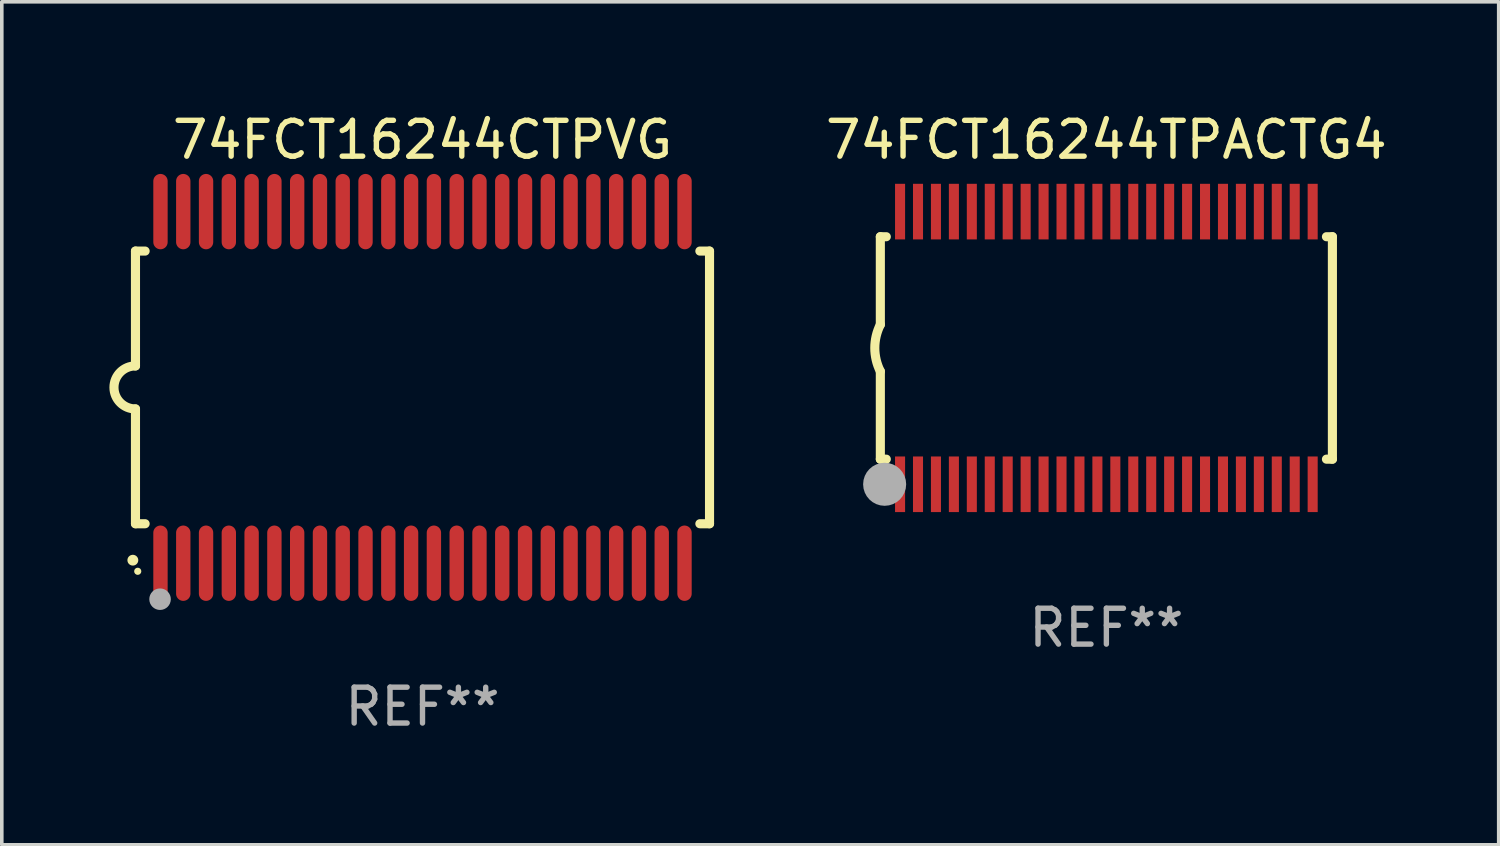
<source format=kicad_pcb>
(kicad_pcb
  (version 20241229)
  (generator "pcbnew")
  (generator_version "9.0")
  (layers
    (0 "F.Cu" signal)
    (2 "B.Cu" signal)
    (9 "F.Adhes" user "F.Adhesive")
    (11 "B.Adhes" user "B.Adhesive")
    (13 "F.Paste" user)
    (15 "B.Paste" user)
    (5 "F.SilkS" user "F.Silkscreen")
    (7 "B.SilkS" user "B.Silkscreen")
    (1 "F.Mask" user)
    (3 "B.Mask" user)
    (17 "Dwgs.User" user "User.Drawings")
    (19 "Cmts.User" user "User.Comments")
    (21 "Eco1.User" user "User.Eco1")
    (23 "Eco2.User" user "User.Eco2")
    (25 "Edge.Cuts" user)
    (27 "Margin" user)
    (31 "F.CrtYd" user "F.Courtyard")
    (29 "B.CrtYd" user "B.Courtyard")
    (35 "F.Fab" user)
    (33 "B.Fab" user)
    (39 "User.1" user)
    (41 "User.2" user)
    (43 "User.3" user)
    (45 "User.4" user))
  (footprint "74FCT16244CTPVG"
    (layer "F.Cu")
    (at 8.726 7.748)
    (property "Reference" "74FCT16244CTPVG" (at 0 -6.9 0) (layer "F.SilkS") (effects (font (size 1 1) (thickness 0.15))))
    (attr through_hole)
    (fp_line (start -8 -3.8) (end -8 -0.599) (stroke (width 0.254) (type solid)) (layer "F.SilkS"))
    (fp_line (start -8 -3.8) (end -7.731 -3.8) (stroke (width 0.254) (type solid)) (layer "F.SilkS"))
    (fp_line (start -8 3.8) (end -8 0.599) (stroke (width 0.254) (type solid)) (layer "F.SilkS"))
    (fp_line (start -7.731 3.8) (end -8 3.8) (stroke (width 0.254) (type solid)) (layer "F.SilkS"))
    (fp_line (start 7.731 -3.8) (end 8 -3.8) (stroke (width 0.254) (type solid)) (layer "F.SilkS"))
    (fp_line (start 8 -3.8) (end 8 3.8) (stroke (width 0.254) (type solid)) (layer "F.SilkS"))
    (fp_line (start 8 3.8) (end 7.731 3.8) (stroke (width 0.254) (type solid)) (layer "F.SilkS"))
    (fp_arc (start -8.074676 4.81585) (mid -8.073406 4.815845) (end -8.072136 4.81585) (stroke (width 0.3) (type solid)) (layer "F.SilkS"))
    (fp_arc (start -8.000025 0.6) (mid -8.598908 0.00056) (end -8.000027 -0.598882) (stroke (width 0.254001) (type solid)) (layer "F.SilkS"))
    (fp_circle (center -7.937 5.125) (end -7.887 5.125) (stroke (width 0.1) (type solid)) (fill no) (layer "F.SilkS"))
    (fp_circle (center -7.315 5.903) (end -7.165 5.903) (stroke (width 0.3) (type solid)) (fill no) (layer "F.Fab"))
    (fp_text user "REF**" (at 0 8.9 0) (layer "F.Fab") (effects (font (size 1 1) (thickness 0.15))))
    (pad "1" smd oval (at -7.303 4.9) (size 0.4 2.1) (layers "F.Cu" "F.Mask" "F.Paste"))
    (pad "2" smd oval (at -6.668 4.9) (size 0.4 2.1) (layers "F.Cu" "F.Mask" "F.Paste"))
    (pad "3" smd oval (at -6.033 4.9) (size 0.4 2.1) (layers "F.Cu" "F.Mask" "F.Paste"))
    (pad "4" smd oval (at -5.398 4.9) (size 0.4 2.1) (layers "F.Cu" "F.Mask" "F.Paste"))
    (pad "5" smd oval (at -4.763 4.9) (size 0.4 2.1) (layers "F.Cu" "F.Mask" "F.Paste"))
    (pad "6" smd oval (at -4.128 4.9) (size 0.4 2.1) (layers "F.Cu" "F.Mask" "F.Paste"))
    (pad "7" smd oval (at -3.493 4.9) (size 0.4 2.1) (layers "F.Cu" "F.Mask" "F.Paste"))
    (pad "8" smd oval (at -2.858 4.9) (size 0.4 2.1) (layers "F.Cu" "F.Mask" "F.Paste"))
    (pad "9" smd oval (at -2.223 4.9) (size 0.4 2.1) (layers "F.Cu" "F.Mask" "F.Paste"))
    (pad "10" smd oval (at -1.588 4.9) (size 0.4 2.1) (layers "F.Cu" "F.Mask" "F.Paste"))
    (pad "11" smd oval (at -0.953 4.9) (size 0.4 2.1) (layers "F.Cu" "F.Mask" "F.Paste"))
    (pad "12" smd oval (at -0.318 4.9) (size 0.4 2.1) (layers "F.Cu" "F.Mask" "F.Paste"))
    (pad "13" smd oval (at 0.318 4.9) (size 0.4 2.1) (layers "F.Cu" "F.Mask" "F.Paste"))
    (pad "14" smd oval (at 0.953 4.9) (size 0.4 2.1) (layers "F.Cu" "F.Mask" "F.Paste"))
    (pad "15" smd oval (at 1.588 4.9) (size 0.4 2.1) (layers "F.Cu" "F.Mask" "F.Paste"))
    (pad "16" smd oval (at 2.223 4.9) (size 0.4 2.1) (layers "F.Cu" "F.Mask" "F.Paste"))
    (pad "17" smd oval (at 2.858 4.9) (size 0.4 2.1) (layers "F.Cu" "F.Mask" "F.Paste"))
    (pad "18" smd oval (at 3.493 4.9) (size 0.4 2.1) (layers "F.Cu" "F.Mask" "F.Paste"))
    (pad "19" smd oval (at 4.128 4.9) (size 0.4 2.1) (layers "F.Cu" "F.Mask" "F.Paste"))
    (pad "20" smd oval (at 4.763 4.9) (size 0.4 2.1) (layers "F.Cu" "F.Mask" "F.Paste"))
    (pad "21" smd oval (at 5.398 4.9) (size 0.4 2.1) (layers "F.Cu" "F.Mask" "F.Paste"))
    (pad "22" smd oval (at 6.033 4.9) (size 0.4 2.1) (layers "F.Cu" "F.Mask" "F.Paste"))
    (pad "23" smd oval (at 6.668 4.9) (size 0.4 2.1) (layers "F.Cu" "F.Mask" "F.Paste"))
    (pad "24" smd oval (at 7.303 4.9) (size 0.4 2.1) (layers "F.Cu" "F.Mask" "F.Paste"))
    (pad "25" smd oval (at 7.303 -4.9 180) (size 0.4 2.1) (layers "F.Cu" "F.Mask" "F.Paste"))
    (pad "26" smd oval (at 6.668 -4.9 180) (size 0.4 2.1) (layers "F.Cu" "F.Mask" "F.Paste"))
    (pad "27" smd oval (at 6.033 -4.9 180) (size 0.4 2.1) (layers "F.Cu" "F.Mask" "F.Paste"))
    (pad "28" smd oval (at 5.398 -4.9 180) (size 0.4 2.1) (layers "F.Cu" "F.Mask" "F.Paste"))
    (pad "29" smd oval (at 4.763 -4.9 180) (size 0.4 2.1) (layers "F.Cu" "F.Mask" "F.Paste"))
    (pad "30" smd oval (at 4.128 -4.9 180) (size 0.4 2.1) (layers "F.Cu" "F.Mask" "F.Paste"))
    (pad "31" smd oval (at 3.493 -4.9 180) (size 0.4 2.1) (layers "F.Cu" "F.Mask" "F.Paste"))
    (pad "32" smd oval (at 2.858 -4.9 180) (size 0.4 2.1) (layers "F.Cu" "F.Mask" "F.Paste"))
    (pad "33" smd oval (at 2.223 -4.9 180) (size 0.4 2.1) (layers "F.Cu" "F.Mask" "F.Paste"))
    (pad "34" smd oval (at 1.588 -4.9 180) (size 0.4 2.1) (layers "F.Cu" "F.Mask" "F.Paste"))
    (pad "35" smd oval (at 0.953 -4.9 180) (size 0.4 2.1) (layers "F.Cu" "F.Mask" "F.Paste"))
    (pad "36" smd oval (at 0.318 -4.9 180) (size 0.4 2.1) (layers "F.Cu" "F.Mask" "F.Paste"))
    (pad "37" smd oval (at -0.318 -4.9 180) (size 0.4 2.1) (layers "F.Cu" "F.Mask" "F.Paste"))
    (pad "38" smd oval (at -0.953 -4.9 180) (size 0.4 2.1) (layers "F.Cu" "F.Mask" "F.Paste"))
    (pad "39" smd oval (at -1.588 -4.9 180) (size 0.4 2.1) (layers "F.Cu" "F.Mask" "F.Paste"))
    (pad "40" smd oval (at -2.223 -4.9 180) (size 0.4 2.1) (layers "F.Cu" "F.Mask" "F.Paste"))
    (pad "41" smd oval (at -2.858 -4.9 180) (size 0.4 2.1) (layers "F.Cu" "F.Mask" "F.Paste"))
    (pad "42" smd oval (at -3.493 -4.9 180) (size 0.4 2.1) (layers "F.Cu" "F.Mask" "F.Paste"))
    (pad "43" smd oval (at -4.128 -4.9 180) (size 0.4 2.1) (layers "F.Cu" "F.Mask" "F.Paste"))
    (pad "44" smd oval (at -4.763 -4.9 180) (size 0.4 2.1) (layers "F.Cu" "F.Mask" "F.Paste"))
    (pad "45" smd oval (at -5.398 -4.9 180) (size 0.4 2.1) (layers "F.Cu" "F.Mask" "F.Paste"))
    (pad "46" smd oval (at -6.033 -4.9 180) (size 0.4 2.1) (layers "F.Cu" "F.Mask" "F.Paste"))
    (pad "47" smd oval (at -6.668 -4.9 180) (size 0.4 2.1) (layers "F.Cu" "F.Mask" "F.Paste"))
    (pad "48" smd oval (at -7.303 -4.9 180) (size 0.4 2.1) (layers "F.Cu" "F.Mask" "F.Paste")))
  (footprint "74FCT16244TPACTG4"
    (layer "F.Cu")
    (at 27.787 6.648)
    (property "Reference" "74FCT16244TPACTG4" (at 0 -5.8 0) (layer "F.SilkS") (effects (font (size 1 1) (thickness 0.15))))
    (attr through_hole)
    (fp_line (start -6.3 -3.1) (end -6.3 -0.65) (stroke (width 0.254) (type solid)) (layer "F.SilkS"))
    (fp_line (start -6.3 -3.1) (end -6.134 -3.1) (stroke (width 0.254) (type solid)) (layer "F.SilkS"))
    (fp_line (start -6.3 3.1) (end -6.3 0.65) (stroke (width 0.254) (type solid)) (layer "F.SilkS"))
    (fp_line (start -6.3 3.1) (end -6.134 3.1) (stroke (width 0.254) (type solid)) (layer "F.SilkS"))
    (fp_line (start 6.134 -3.1) (end 6.3 -3.1) (stroke (width 0.254) (type solid)) (layer "F.SilkS"))
    (fp_line (start 6.134 3.1) (end 6.3 3.1) (stroke (width 0.254) (type solid)) (layer "F.SilkS"))
    (fp_line (start 6.3 -3.1) (end 6.3 3.1) (stroke (width 0.254) (type solid)) (layer "F.SilkS"))
    (fp_arc (start -6.301016 0.650114) (mid -6.45413 -0.000082) (end -6.3 -0.650038) (stroke (width 0.254001) (type solid)) (layer "F.SilkS"))
    (fp_circle (center -6.35 3.81) (end -6.223 3.81) (stroke (width 0.254) (type solid)) (fill no) (layer "F.SilkS"))
    (fp_circle (center -6.25 4.05) (end -6.22 4.05) (stroke (width 0.06) (type solid)) (fill no) (layer "F.SilkS"))
    (fp_circle (center -6.18 3.8) (end -5.88 3.8) (stroke (width 0.6) (type solid)) (fill no) (layer "F.Fab"))
    (fp_text user "REF**" (at 0 7.8 0) (layer "F.Fab") (effects (font (size 1 1) (thickness 0.15))))
    (pad "1" smd rect (at -5.75 3.8) (size 0.28 1.55) (layers "F.Cu" "F.Mask" "F.Paste"))
    (pad "2" smd rect (at -5.25 3.8) (size 0.28 1.55) (layers "F.Cu" "F.Mask" "F.Paste"))
    (pad "3" smd rect (at -4.75 3.8) (size 0.28 1.55) (layers "F.Cu" "F.Mask" "F.Paste"))
    (pad "4" smd rect (at -4.25 3.8) (size 0.28 1.55) (layers "F.Cu" "F.Mask" "F.Paste"))
    (pad "5" smd rect (at -3.75 3.8) (size 0.28 1.55) (layers "F.Cu" "F.Mask" "F.Paste"))
    (pad "6" smd rect (at -3.25 3.8) (size 0.28 1.55) (layers "F.Cu" "F.Mask" "F.Paste"))
    (pad "7" smd rect (at -2.75 3.8) (size 0.28 1.55) (layers "F.Cu" "F.Mask" "F.Paste"))
    (pad "8" smd rect (at -2.25 3.8) (size 0.28 1.55) (layers "F.Cu" "F.Mask" "F.Paste"))
    (pad "9" smd rect (at -1.75 3.8) (size 0.28 1.55) (layers "F.Cu" "F.Mask" "F.Paste"))
    (pad "10" smd rect (at -1.25 3.8) (size 0.28 1.55) (layers "F.Cu" "F.Mask" "F.Paste"))
    (pad "11" smd rect (at -0.75 3.8) (size 0.28 1.55) (layers "F.Cu" "F.Mask" "F.Paste"))
    (pad "12" smd rect (at -0.25 3.8) (size 0.28 1.55) (layers "F.Cu" "F.Mask" "F.Paste"))
    (pad "13" smd rect (at 0.25 3.8) (size 0.28 1.55) (layers "F.Cu" "F.Mask" "F.Paste"))
    (pad "14" smd rect (at 0.75 3.8) (size 0.28 1.55) (layers "F.Cu" "F.Mask" "F.Paste"))
    (pad "15" smd rect (at 1.25 3.8) (size 0.28 1.55) (layers "F.Cu" "F.Mask" "F.Paste"))
    (pad "16" smd rect (at 1.75 3.8) (size 0.28 1.55) (layers "F.Cu" "F.Mask" "F.Paste"))
    (pad "17" smd rect (at 2.25 3.8) (size 0.28 1.55) (layers "F.Cu" "F.Mask" "F.Paste"))
    (pad "18" smd rect (at 2.75 3.8) (size 0.28 1.55) (layers "F.Cu" "F.Mask" "F.Paste"))
    (pad "19" smd rect (at 3.25 3.8) (size 0.28 1.55) (layers "F.Cu" "F.Mask" "F.Paste"))
    (pad "20" smd rect (at 3.75 3.8) (size 0.28 1.55) (layers "F.Cu" "F.Mask" "F.Paste"))
    (pad "21" smd rect (at 4.25 3.8) (size 0.28 1.55) (layers "F.Cu" "F.Mask" "F.Paste"))
    (pad "22" smd rect (at 4.75 3.8) (size 0.28 1.55) (layers "F.Cu" "F.Mask" "F.Paste"))
    (pad "23" smd rect (at 5.25 3.8) (size 0.28 1.55) (layers "F.Cu" "F.Mask" "F.Paste"))
    (pad "24" smd rect (at 5.75 3.8) (size 0.28 1.55) (layers "F.Cu" "F.Mask" "F.Paste"))
    (pad "25" smd rect (at 5.75 -3.8) (size 0.28 1.55) (layers "F.Cu" "F.Mask" "F.Paste"))
    (pad "26" smd rect (at 5.25 -3.8) (size 0.28 1.55) (layers "F.Cu" "F.Mask" "F.Paste"))
    (pad "27" smd rect (at 4.75 -3.8) (size 0.28 1.55) (layers "F.Cu" "F.Mask" "F.Paste"))
    (pad "28" smd rect (at 4.25 -3.8) (size 0.28 1.55) (layers "F.Cu" "F.Mask" "F.Paste"))
    (pad "29" smd rect (at 3.75 -3.8) (size 0.28 1.55) (layers "F.Cu" "F.Mask" "F.Paste"))
    (pad "30" smd rect (at 3.25 -3.8) (size 0.28 1.55) (layers "F.Cu" "F.Mask" "F.Paste"))
    (pad "31" smd rect (at 2.75 -3.8) (size 0.28 1.55) (layers "F.Cu" "F.Mask" "F.Paste"))
    (pad "32" smd rect (at 2.25 -3.8) (size 0.28 1.55) (layers "F.Cu" "F.Mask" "F.Paste"))
    (pad "33" smd rect (at 1.75 -3.8) (size 0.28 1.55) (layers "F.Cu" "F.Mask" "F.Paste"))
    (pad "34" smd rect (at 1.25 -3.8) (size 0.28 1.55) (layers "F.Cu" "F.Mask" "F.Paste"))
    (pad "35" smd rect (at 0.75 -3.8) (size 0.28 1.55) (layers "F.Cu" "F.Mask" "F.Paste"))
    (pad "36" smd rect (at 0.25 -3.8) (size 0.28 1.55) (layers "F.Cu" "F.Mask" "F.Paste"))
    (pad "37" smd rect (at -0.25 -3.8) (size 0.28 1.55) (layers "F.Cu" "F.Mask" "F.Paste"))
    (pad "38" smd rect (at -0.75 -3.8) (size 0.28 1.55) (layers "F.Cu" "F.Mask" "F.Paste"))
    (pad "39" smd rect (at -1.25 -3.8) (size 0.28 1.55) (layers "F.Cu" "F.Mask" "F.Paste"))
    (pad "40" smd rect (at -1.75 -3.8) (size 0.28 1.55) (layers "F.Cu" "F.Mask" "F.Paste"))
    (pad "41" smd rect (at -2.25 -3.8) (size 0.28 1.55) (layers "F.Cu" "F.Mask" "F.Paste"))
    (pad "42" smd rect (at -2.75 -3.8) (size 0.28 1.55) (layers "F.Cu" "F.Mask" "F.Paste"))
    (pad "43" smd rect (at -3.25 -3.8) (size 0.28 1.55) (layers "F.Cu" "F.Mask" "F.Paste"))
    (pad "44" smd rect (at -3.75 -3.8) (size 0.28 1.55) (layers "F.Cu" "F.Mask" "F.Paste"))
    (pad "45" smd rect (at -4.25 -3.8) (size 0.28 1.55) (layers "F.Cu" "F.Mask" "F.Paste"))
    (pad "46" smd rect (at -4.75 -3.8) (size 0.28 1.55) (layers "F.Cu" "F.Mask" "F.Paste"))
    (pad "47" smd rect (at -5.25 -3.8) (size 0.28 1.55) (layers "F.Cu" "F.Mask" "F.Paste"))
    (pad "48" smd rect (at -5.75 -3.8) (size 0.28 1.55) (layers "F.Cu" "F.Mask" "F.Paste")))
  (gr_rect
    (start -3 -3)
    (end 38.722 20.496)
    (stroke (width 0.1) (type default))
    (fill no)
    (layer "Edge.Cuts")))
</source>
